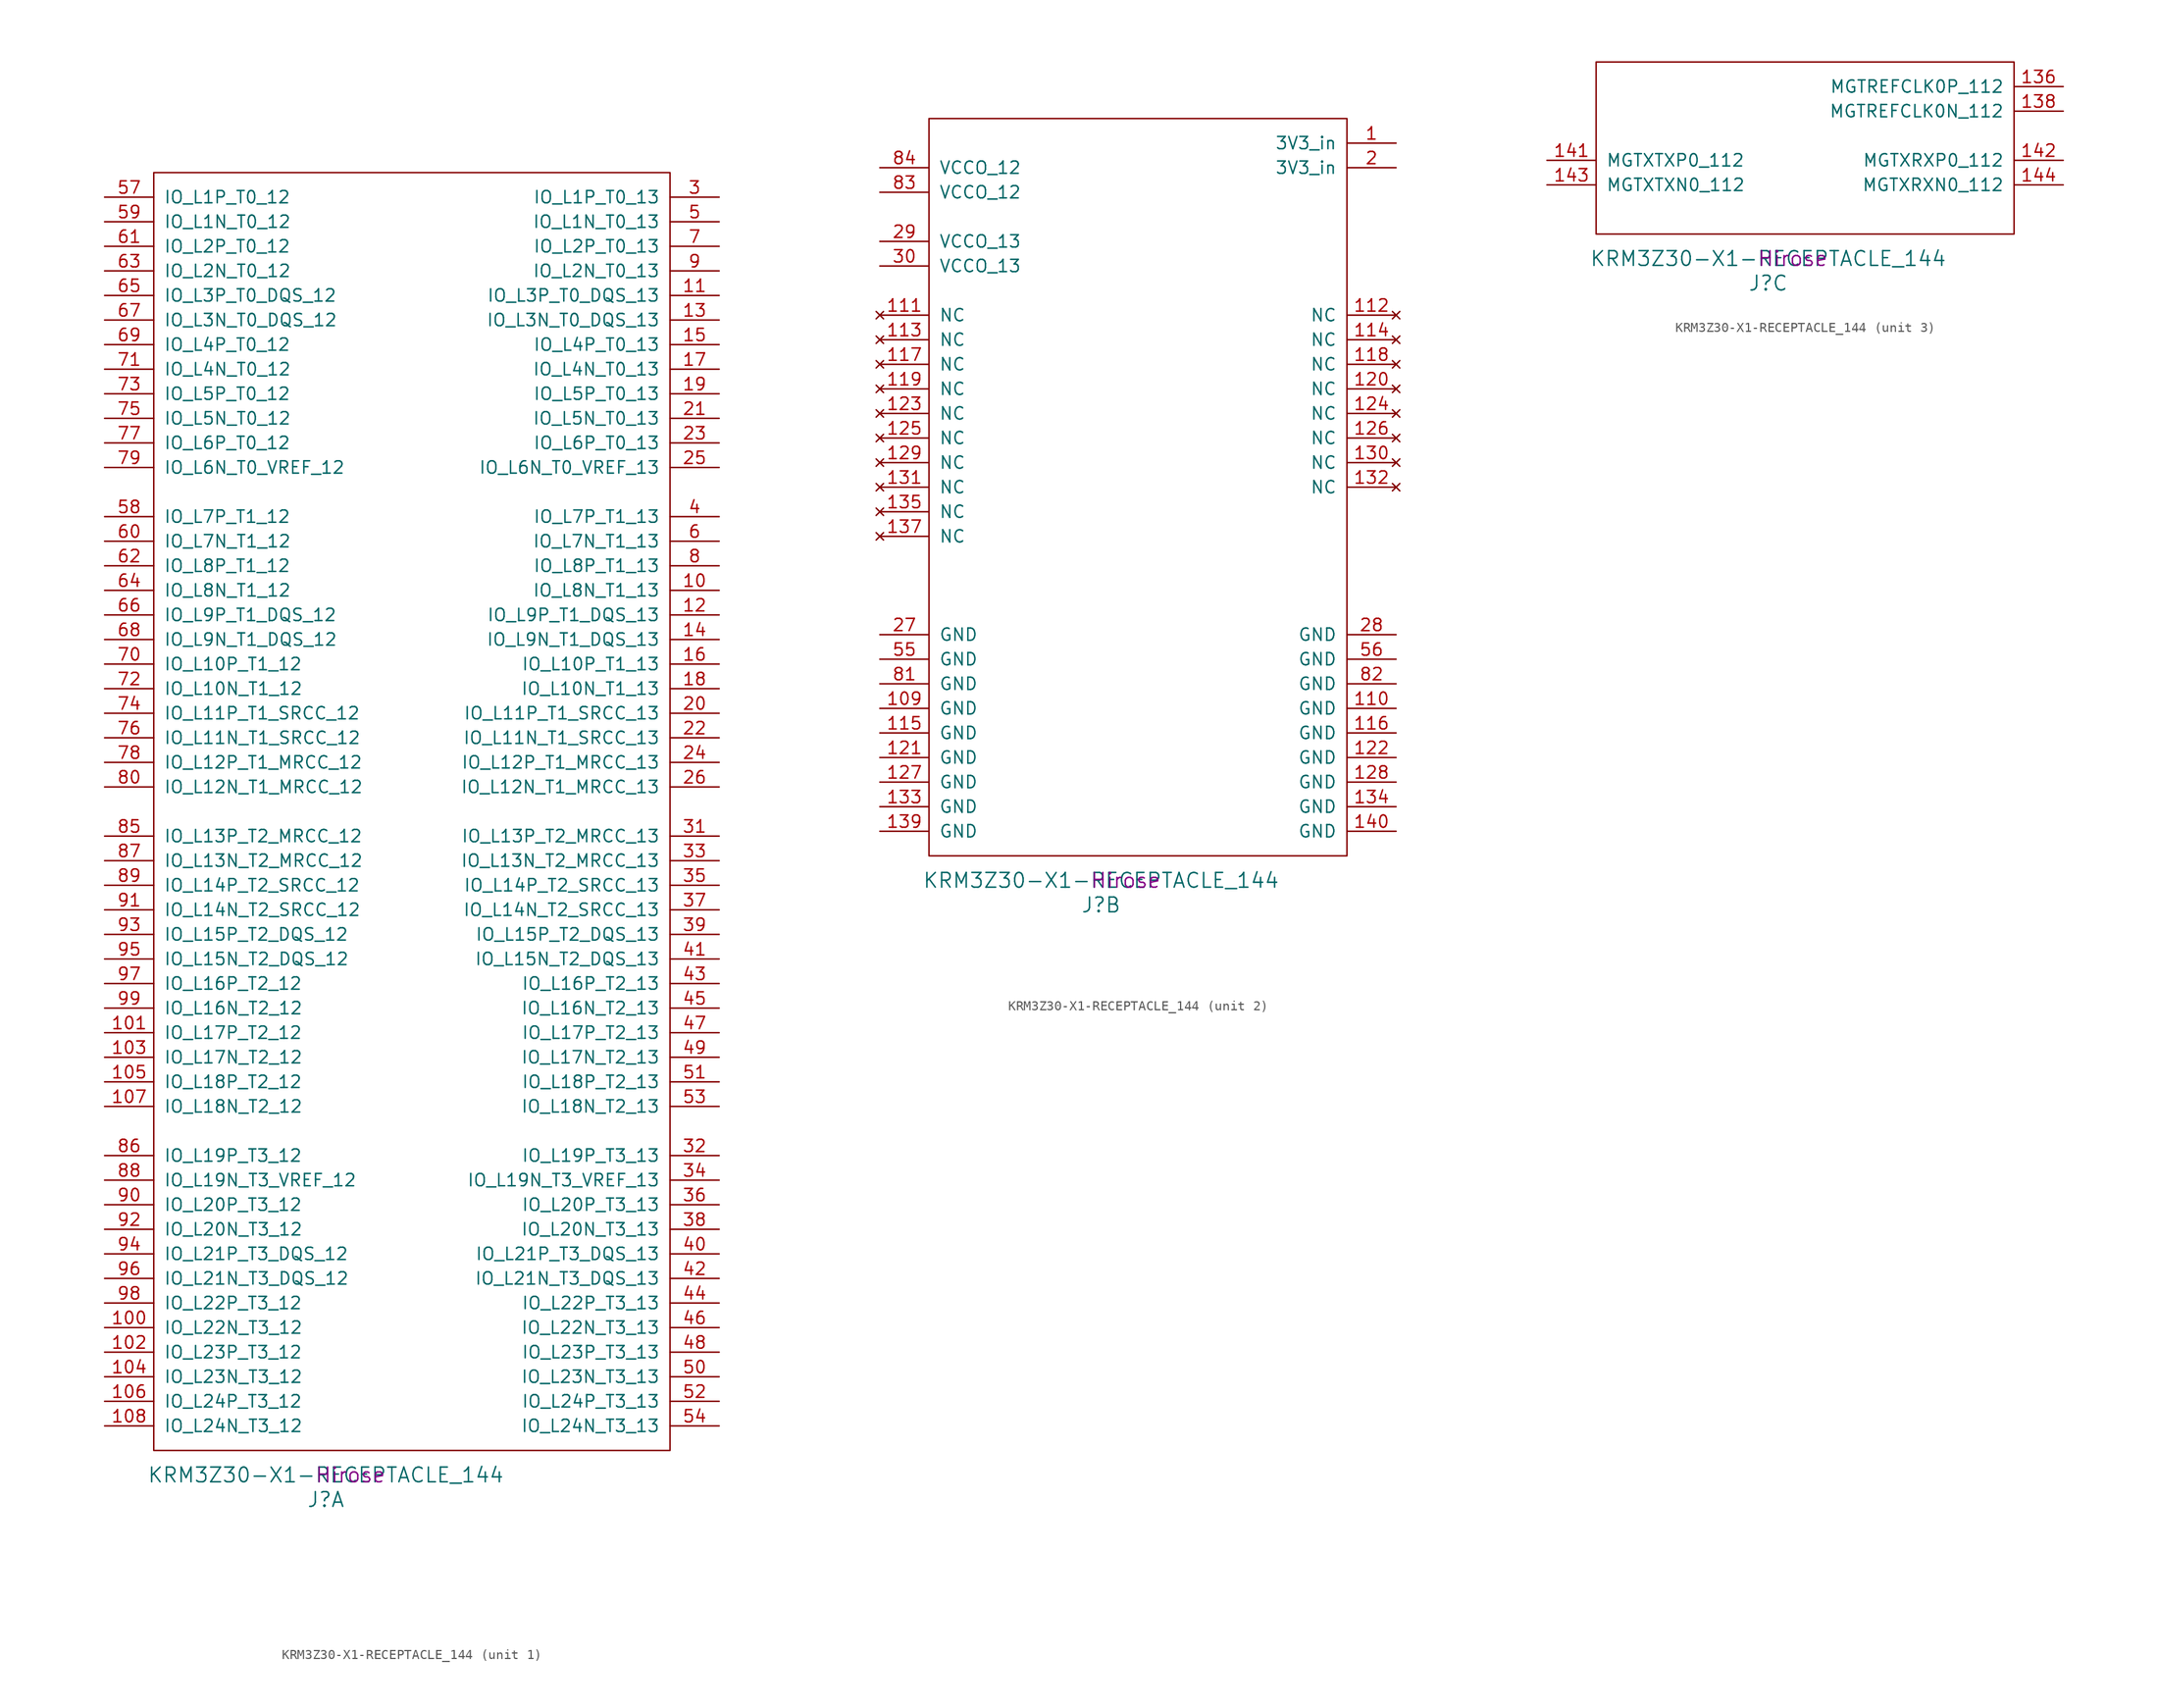
<source format=kicad_sym>
(kicad_symbol_lib
  (version 20220914)
  (generator kicad_symbol_editor)
  (symbol "KRM3Z30-X1-RECEPTACLE_144"
    (pin_names
      (offset 1.016))
    (property "Reference" "J"
      (at 17.78 -5.08 0)
      (effects (font (size 1.524 1.524))))
    (property "Value" "KRM3Z30-X1-RECEPTACLE_144"
      (at 17.78 -2.54 0)
      (effects (font (size 1.524 1.524))))
    (property "Datasheet" ""
      (at 3.81 12.7 0)
      (effects (font (size 1.524 1.524))))
    (property "Manufacturer" "Hirose"
      (at 20.32 -2.54 0)
      (effects (font (size 1.524 1.524))))
    (property "ki_locked" ""
      (at 0 0 0)
      (effects (font (size 1.27 1.27))))
    (symbol "KRM3Z30-X1-RECEPTACLE_144_1_1"
      (rectangle (start 0 0) (end 53.34 132.08) (stroke (width 0) (type solid)) (fill (type none)))
      (pin bidirectional line (at 58.42 88.9 180) (length 5.08) (name "IO_L8N_T1_13" (effects (font (size 1.27 1.27)))) (number "10" (effects (font (size 1.27 1.27)))))
      (pin bidirectional line (at -5.08 12.7 0) (length 5.08) (name "IO_L22N_T3_12" (effects (font (size 1.27 1.27)))) (number "100" (effects (font (size 1.27 1.27)))))
      (pin bidirectional line (at -5.08 43.18 0) (length 5.08) (name "IO_L17P_T2_12" (effects (font (size 1.27 1.27)))) (number "101" (effects (font (size 1.27 1.27)))))
      (pin bidirectional line (at -5.08 10.16 0) (length 5.08) (name "IO_L23P_T3_12" (effects (font (size 1.27 1.27)))) (number "102" (effects (font (size 1.27 1.27)))))
      (pin bidirectional line (at -5.08 40.64 0) (length 5.08) (name "IO_L17N_T2_12" (effects (font (size 1.27 1.27)))) (number "103" (effects (font (size 1.27 1.27)))))
      (pin bidirectional line (at -5.08 7.62 0) (length 5.08) (name "IO_L23N_T3_12" (effects (font (size 1.27 1.27)))) (number "104" (effects (font (size 1.27 1.27)))))
      (pin bidirectional line (at -5.08 38.1 0) (length 5.08) (name "IO_L18P_T2_12" (effects (font (size 1.27 1.27)))) (number "105" (effects (font (size 1.27 1.27)))))
      (pin bidirectional line (at -5.08 5.08 0) (length 5.08) (name "IO_L24P_T3_12" (effects (font (size 1.27 1.27)))) (number "106" (effects (font (size 1.27 1.27)))))
      (pin bidirectional line (at -5.08 35.56 0) (length 5.08) (name "IO_L18N_T2_12" (effects (font (size 1.27 1.27)))) (number "107" (effects (font (size 1.27 1.27)))))
      (pin bidirectional line (at -5.08 2.54 0) (length 5.08) (name "IO_L24N_T3_12" (effects (font (size 1.27 1.27)))) (number "108" (effects (font (size 1.27 1.27)))))
      (pin bidirectional line (at 58.42 119.38 180) (length 5.08) (name "IO_L3P_T0_DQS_13" (effects (font (size 1.27 1.27)))) (number "11" (effects (font (size 1.27 1.27)))))
      (pin bidirectional line (at 58.42 86.36 180) (length 5.08) (name "IO_L9P_T1_DQS_13" (effects (font (size 1.27 1.27)))) (number "12" (effects (font (size 1.27 1.27)))))
      (pin bidirectional line (at 58.42 116.84 180) (length 5.08) (name "IO_L3N_T0_DQS_13" (effects (font (size 1.27 1.27)))) (number "13" (effects (font (size 1.27 1.27)))))
      (pin bidirectional line (at 58.42 83.82 180) (length 5.08) (name "IO_L9N_T1_DQS_13" (effects (font (size 1.27 1.27)))) (number "14" (effects (font (size 1.27 1.27)))))
      (pin bidirectional line (at 58.42 114.3 180) (length 5.08) (name "IO_L4P_T0_13" (effects (font (size 1.27 1.27)))) (number "15" (effects (font (size 1.27 1.27)))))
      (pin bidirectional line (at 58.42 81.28 180) (length 5.08) (name "IO_L10P_T1_13" (effects (font (size 1.27 1.27)))) (number "16" (effects (font (size 1.27 1.27)))))
      (pin bidirectional line (at 58.42 111.76 180) (length 5.08) (name "IO_L4N_T0_13" (effects (font (size 1.27 1.27)))) (number "17" (effects (font (size 1.27 1.27)))))
      (pin bidirectional line (at 58.42 78.74 180) (length 5.08) (name "IO_L10N_T1_13" (effects (font (size 1.27 1.27)))) (number "18" (effects (font (size 1.27 1.27)))))
      (pin bidirectional line (at 58.42 109.22 180) (length 5.08) (name "IO_L5P_T0_13" (effects (font (size 1.27 1.27)))) (number "19" (effects (font (size 1.27 1.27)))))
      (pin bidirectional line (at 58.42 76.2 180) (length 5.08) (name "IO_L11P_T1_SRCC_13" (effects (font (size 1.27 1.27)))) (number "20" (effects (font (size 1.27 1.27)))))
      (pin bidirectional line (at 58.42 106.68 180) (length 5.08) (name "IO_L5N_T0_13" (effects (font (size 1.27 1.27)))) (number "21" (effects (font (size 1.27 1.27)))))
      (pin bidirectional line (at 58.42 73.66 180) (length 5.08) (name "IO_L11N_T1_SRCC_13" (effects (font (size 1.27 1.27)))) (number "22" (effects (font (size 1.27 1.27)))))
      (pin bidirectional line (at 58.42 104.14 180) (length 5.08) (name "IO_L6P_T0_13" (effects (font (size 1.27 1.27)))) (number "23" (effects (font (size 1.27 1.27)))))
      (pin bidirectional line (at 58.42 71.12 180) (length 5.08) (name "IO_L12P_T1_MRCC_13" (effects (font (size 1.27 1.27)))) (number "24" (effects (font (size 1.27 1.27)))))
      (pin bidirectional line (at 58.42 101.6 180) (length 5.08) (name "IO_L6N_T0_VREF_13" (effects (font (size 1.27 1.27)))) (number "25" (effects (font (size 1.27 1.27)))))
      (pin bidirectional line (at 58.42 68.58 180) (length 5.08) (name "IO_L12N_T1_MRCC_13" (effects (font (size 1.27 1.27)))) (number "26" (effects (font (size 1.27 1.27)))))
      (pin bidirectional line (at 58.42 129.54 180) (length 5.08) (name "IO_L1P_T0_13" (effects (font (size 1.27 1.27)))) (number "3" (effects (font (size 1.27 1.27)))))
      (pin bidirectional line (at 58.42 63.5 180) (length 5.08) (name "IO_L13P_T2_MRCC_13" (effects (font (size 1.27 1.27)))) (number "31" (effects (font (size 1.27 1.27)))))
      (pin bidirectional line (at 58.42 30.48 180) (length 5.08) (name "IO_L19P_T3_13" (effects (font (size 1.27 1.27)))) (number "32" (effects (font (size 1.27 1.27)))))
      (pin bidirectional line (at 58.42 60.96 180) (length 5.08) (name "IO_L13N_T2_MRCC_13" (effects (font (size 1.27 1.27)))) (number "33" (effects (font (size 1.27 1.27)))))
      (pin bidirectional line (at 58.42 27.94 180) (length 5.08) (name "IO_L19N_T3_VREF_13" (effects (font (size 1.27 1.27)))) (number "34" (effects (font (size 1.27 1.27)))))
      (pin bidirectional line (at 58.42 58.42 180) (length 5.08) (name "IO_L14P_T2_SRCC_13" (effects (font (size 1.27 1.27)))) (number "35" (effects (font (size 1.27 1.27)))))
      (pin bidirectional line (at 58.42 25.4 180) (length 5.08) (name "IO_L20P_T3_13" (effects (font (size 1.27 1.27)))) (number "36" (effects (font (size 1.27 1.27)))))
      (pin bidirectional line (at 58.42 55.88 180) (length 5.08) (name "IO_L14N_T2_SRCC_13" (effects (font (size 1.27 1.27)))) (number "37" (effects (font (size 1.27 1.27)))))
      (pin bidirectional line (at 58.42 22.86 180) (length 5.08) (name "IO_L20N_T3_13" (effects (font (size 1.27 1.27)))) (number "38" (effects (font (size 1.27 1.27)))))
      (pin bidirectional line (at 58.42 53.34 180) (length 5.08) (name "IO_L15P_T2_DQS_13" (effects (font (size 1.27 1.27)))) (number "39" (effects (font (size 1.27 1.27)))))
      (pin bidirectional line (at 58.42 96.52 180) (length 5.08) (name "IO_L7P_T1_13" (effects (font (size 1.27 1.27)))) (number "4" (effects (font (size 1.27 1.27)))))
      (pin bidirectional line (at 58.42 20.32 180) (length 5.08) (name "IO_L21P_T3_DQS_13" (effects (font (size 1.27 1.27)))) (number "40" (effects (font (size 1.27 1.27)))))
      (pin bidirectional line (at 58.42 50.8 180) (length 5.08) (name "IO_L15N_T2_DQS_13" (effects (font (size 1.27 1.27)))) (number "41" (effects (font (size 1.27 1.27)))))
      (pin bidirectional line (at 58.42 17.78 180) (length 5.08) (name "IO_L21N_T3_DQS_13" (effects (font (size 1.27 1.27)))) (number "42" (effects (font (size 1.27 1.27)))))
      (pin bidirectional line (at 58.42 48.26 180) (length 5.08) (name "IO_L16P_T2_13" (effects (font (size 1.27 1.27)))) (number "43" (effects (font (size 1.27 1.27)))))
      (pin bidirectional line (at 58.42 15.24 180) (length 5.08) (name "IO_L22P_T3_13" (effects (font (size 1.27 1.27)))) (number "44" (effects (font (size 1.27 1.27)))))
      (pin bidirectional line (at 58.42 45.72 180) (length 5.08) (name "IO_L16N_T2_13" (effects (font (size 1.27 1.27)))) (number "45" (effects (font (size 1.27 1.27)))))
      (pin bidirectional line (at 58.42 12.7 180) (length 5.08) (name "IO_L22N_T3_13" (effects (font (size 1.27 1.27)))) (number "46" (effects (font (size 1.27 1.27)))))
      (pin bidirectional line (at 58.42 43.18 180) (length 5.08) (name "IO_L17P_T2_13" (effects (font (size 1.27 1.27)))) (number "47" (effects (font (size 1.27 1.27)))))
      (pin bidirectional line (at 58.42 10.16 180) (length 5.08) (name "IO_L23P_T3_13" (effects (font (size 1.27 1.27)))) (number "48" (effects (font (size 1.27 1.27)))))
      (pin bidirectional line (at 58.42 40.64 180) (length 5.08) (name "IO_L17N_T2_13" (effects (font (size 1.27 1.27)))) (number "49" (effects (font (size 1.27 1.27)))))
      (pin bidirectional line (at 58.42 127 180) (length 5.08) (name "IO_L1N_T0_13" (effects (font (size 1.27 1.27)))) (number "5" (effects (font (size 1.27 1.27)))))
      (pin bidirectional line (at 58.42 7.62 180) (length 5.08) (name "IO_L23N_T3_13" (effects (font (size 1.27 1.27)))) (number "50" (effects (font (size 1.27 1.27)))))
      (pin bidirectional line (at 58.42 38.1 180) (length 5.08) (name "IO_L18P_T2_13" (effects (font (size 1.27 1.27)))) (number "51" (effects (font (size 1.27 1.27)))))
      (pin bidirectional line (at 58.42 5.08 180) (length 5.08) (name "IO_L24P_T3_13" (effects (font (size 1.27 1.27)))) (number "52" (effects (font (size 1.27 1.27)))))
      (pin bidirectional line (at 58.42 35.56 180) (length 5.08) (name "IO_L18N_T2_13" (effects (font (size 1.27 1.27)))) (number "53" (effects (font (size 1.27 1.27)))))
      (pin bidirectional line (at 58.42 2.54 180) (length 5.08) (name "IO_L24N_T3_13" (effects (font (size 1.27 1.27)))) (number "54" (effects (font (size 1.27 1.27)))))
      (pin bidirectional line (at -5.08 129.54 0) (length 5.08) (name "IO_L1P_T0_12" (effects (font (size 1.27 1.27)))) (number "57" (effects (font (size 1.27 1.27)))))
      (pin bidirectional line (at -5.08 96.52 0) (length 5.08) (name "IO_L7P_T1_12" (effects (font (size 1.27 1.27)))) (number "58" (effects (font (size 1.27 1.27)))))
      (pin bidirectional line (at -5.08 127 0) (length 5.08) (name "IO_L1N_T0_12" (effects (font (size 1.27 1.27)))) (number "59" (effects (font (size 1.27 1.27)))))
      (pin bidirectional line (at 58.42 93.98 180) (length 5.08) (name "IO_L7N_T1_13" (effects (font (size 1.27 1.27)))) (number "6" (effects (font (size 1.27 1.27)))))
      (pin bidirectional line (at -5.08 93.98 0) (length 5.08) (name "IO_L7N_T1_12" (effects (font (size 1.27 1.27)))) (number "60" (effects (font (size 1.27 1.27)))))
      (pin bidirectional line (at -5.08 124.46 0) (length 5.08) (name "IO_L2P_T0_12" (effects (font (size 1.27 1.27)))) (number "61" (effects (font (size 1.27 1.27)))))
      (pin bidirectional line (at -5.08 91.44 0) (length 5.08) (name "IO_L8P_T1_12" (effects (font (size 1.27 1.27)))) (number "62" (effects (font (size 1.27 1.27)))))
      (pin bidirectional line (at -5.08 121.92 0) (length 5.08) (name "IO_L2N_T0_12" (effects (font (size 1.27 1.27)))) (number "63" (effects (font (size 1.27 1.27)))))
      (pin bidirectional line (at -5.08 88.9 0) (length 5.08) (name "IO_L8N_T1_12" (effects (font (size 1.27 1.27)))) (number "64" (effects (font (size 1.27 1.27)))))
      (pin bidirectional line (at -5.08 119.38 0) (length 5.08) (name "IO_L3P_T0_DQS_12" (effects (font (size 1.27 1.27)))) (number "65" (effects (font (size 1.27 1.27)))))
      (pin bidirectional line (at -5.08 86.36 0) (length 5.08) (name "IO_L9P_T1_DQS_12" (effects (font (size 1.27 1.27)))) (number "66" (effects (font (size 1.27 1.27)))))
      (pin bidirectional line (at -5.08 116.84 0) (length 5.08) (name "IO_L3N_T0_DQS_12" (effects (font (size 1.27 1.27)))) (number "67" (effects (font (size 1.27 1.27)))))
      (pin bidirectional line (at -5.08 83.82 0) (length 5.08) (name "IO_L9N_T1_DQS_12" (effects (font (size 1.27 1.27)))) (number "68" (effects (font (size 1.27 1.27)))))
      (pin bidirectional line (at -5.08 114.3 0) (length 5.08) (name "IO_L4P_T0_12" (effects (font (size 1.27 1.27)))) (number "69" (effects (font (size 1.27 1.27)))))
      (pin bidirectional line (at 58.42 124.46 180) (length 5.08) (name "IO_L2P_T0_13" (effects (font (size 1.27 1.27)))) (number "7" (effects (font (size 1.27 1.27)))))
      (pin bidirectional line (at -5.08 81.28 0) (length 5.08) (name "IO_L10P_T1_12" (effects (font (size 1.27 1.27)))) (number "70" (effects (font (size 1.27 1.27)))))
      (pin bidirectional line (at -5.08 111.76 0) (length 5.08) (name "IO_L4N_T0_12" (effects (font (size 1.27 1.27)))) (number "71" (effects (font (size 1.27 1.27)))))
      (pin bidirectional line (at -5.08 78.74 0) (length 5.08) (name "IO_L10N_T1_12" (effects (font (size 1.27 1.27)))) (number "72" (effects (font (size 1.27 1.27)))))
      (pin bidirectional line (at -5.08 109.22 0) (length 5.08) (name "IO_L5P_T0_12" (effects (font (size 1.27 1.27)))) (number "73" (effects (font (size 1.27 1.27)))))
      (pin bidirectional line (at -5.08 76.2 0) (length 5.08) (name "IO_L11P_T1_SRCC_12" (effects (font (size 1.27 1.27)))) (number "74" (effects (font (size 1.27 1.27)))))
      (pin bidirectional line (at -5.08 106.68 0) (length 5.08) (name "IO_L5N_T0_12" (effects (font (size 1.27 1.27)))) (number "75" (effects (font (size 1.27 1.27)))))
      (pin bidirectional line (at -5.08 73.66 0) (length 5.08) (name "IO_L11N_T1_SRCC_12" (effects (font (size 1.27 1.27)))) (number "76" (effects (font (size 1.27 1.27)))))
      (pin bidirectional line (at -5.08 104.14 0) (length 5.08) (name "IO_L6P_T0_12" (effects (font (size 1.27 1.27)))) (number "77" (effects (font (size 1.27 1.27)))))
      (pin bidirectional line (at -5.08 71.12 0) (length 5.08) (name "IO_L12P_T1_MRCC_12" (effects (font (size 1.27 1.27)))) (number "78" (effects (font (size 1.27 1.27)))))
      (pin bidirectional line (at -5.08 101.6 0) (length 5.08) (name "IO_L6N_T0_VREF_12" (effects (font (size 1.27 1.27)))) (number "79" (effects (font (size 1.27 1.27)))))
      (pin bidirectional line (at 58.42 91.44 180) (length 5.08) (name "IO_L8P_T1_13" (effects (font (size 1.27 1.27)))) (number "8" (effects (font (size 1.27 1.27)))))
      (pin bidirectional line (at -5.08 68.58 0) (length 5.08) (name "IO_L12N_T1_MRCC_12" (effects (font (size 1.27 1.27)))) (number "80" (effects (font (size 1.27 1.27)))))
      (pin bidirectional line (at -5.08 63.5 0) (length 5.08) (name "IO_L13P_T2_MRCC_12" (effects (font (size 1.27 1.27)))) (number "85" (effects (font (size 1.27 1.27)))))
      (pin bidirectional line (at -5.08 30.48 0) (length 5.08) (name "IO_L19P_T3_12" (effects (font (size 1.27 1.27)))) (number "86" (effects (font (size 1.27 1.27)))))
      (pin bidirectional line (at -5.08 60.96 0) (length 5.08) (name "IO_L13N_T2_MRCC_12" (effects (font (size 1.27 1.27)))) (number "87" (effects (font (size 1.27 1.27)))))
      (pin bidirectional line (at -5.08 27.94 0) (length 5.08) (name "IO_L19N_T3_VREF_12" (effects (font (size 1.27 1.27)))) (number "88" (effects (font (size 1.27 1.27)))))
      (pin bidirectional line (at -5.08 58.42 0) (length 5.08) (name "IO_L14P_T2_SRCC_12" (effects (font (size 1.27 1.27)))) (number "89" (effects (font (size 1.27 1.27)))))
      (pin bidirectional line (at 58.42 121.92 180) (length 5.08) (name "IO_L2N_T0_13" (effects (font (size 1.27 1.27)))) (number "9" (effects (font (size 1.27 1.27)))))
      (pin bidirectional line (at -5.08 25.4 0) (length 5.08) (name "IO_L20P_T3_12" (effects (font (size 1.27 1.27)))) (number "90" (effects (font (size 1.27 1.27)))))
      (pin bidirectional line (at -5.08 55.88 0) (length 5.08) (name "IO_L14N_T2_SRCC_12" (effects (font (size 1.27 1.27)))) (number "91" (effects (font (size 1.27 1.27)))))
      (pin bidirectional line (at -5.08 22.86 0) (length 5.08) (name "IO_L20N_T3_12" (effects (font (size 1.27 1.27)))) (number "92" (effects (font (size 1.27 1.27)))))
      (pin bidirectional line (at -5.08 53.34 0) (length 5.08) (name "IO_L15P_T2_DQS_12" (effects (font (size 1.27 1.27)))) (number "93" (effects (font (size 1.27 1.27)))))
      (pin bidirectional line (at -5.08 20.32 0) (length 5.08) (name "IO_L21P_T3_DQS_12" (effects (font (size 1.27 1.27)))) (number "94" (effects (font (size 1.27 1.27)))))
      (pin bidirectional line (at -5.08 50.8 0) (length 5.08) (name "IO_L15N_T2_DQS_12" (effects (font (size 1.27 1.27)))) (number "95" (effects (font (size 1.27 1.27)))))
      (pin bidirectional line (at -5.08 17.78 0) (length 5.08) (name "IO_L21N_T3_DQS_12" (effects (font (size 1.27 1.27)))) (number "96" (effects (font (size 1.27 1.27)))))
      (pin bidirectional line (at -5.08 48.26 0) (length 5.08) (name "IO_L16P_T2_12" (effects (font (size 1.27 1.27)))) (number "97" (effects (font (size 1.27 1.27)))))
      (pin bidirectional line (at -5.08 15.24 0) (length 5.08) (name "IO_L22P_T3_12" (effects (font (size 1.27 1.27)))) (number "98" (effects (font (size 1.27 1.27)))))
      (pin bidirectional line (at -5.08 45.72 0) (length 5.08) (name "IO_L16N_T2_12" (effects (font (size 1.27 1.27)))) (number "99" (effects (font (size 1.27 1.27))))))
    (symbol "KRM3Z30-X1-RECEPTACLE_144_2_1"
      (rectangle (start 0 76.2) (end 43.18 0) (stroke (width 0) (type solid)) (fill (type none)))
      (pin power_in line (at 48.26 73.66 180) (length 5.08) (name "3V3_in" (effects (font (size 1.27 1.27)))) (number "1" (effects (font (size 1.27 1.27)))))
      (pin power_in line (at -5.08 15.24 0) (length 5.08) (name "GND" (effects (font (size 1.27 1.27)))) (number "109" (effects (font (size 1.27 1.27)))))
      (pin power_in line (at 48.26 15.24 180) (length 5.08) (name "GND" (effects (font (size 1.27 1.27)))) (number "110" (effects (font (size 1.27 1.27)))))
      (pin no_connect line (at -5.08 55.88 0) (length 5.08) (name "NC" (effects (font (size 1.27 1.27)))) (number "111" (effects (font (size 1.27 1.27)))))
      (pin no_connect line (at 48.26 55.88 180) (length 5.08) (name "NC" (effects (font (size 1.27 1.27)))) (number "112" (effects (font (size 1.27 1.27)))))
      (pin no_connect line (at -5.08 53.34 0) (length 5.08) (name "NC" (effects (font (size 1.27 1.27)))) (number "113" (effects (font (size 1.27 1.27)))))
      (pin no_connect line (at 48.26 53.34 180) (length 5.08) (name "NC" (effects (font (size 1.27 1.27)))) (number "114" (effects (font (size 1.27 1.27)))))
      (pin power_in line (at -5.08 12.7 0) (length 5.08) (name "GND" (effects (font (size 1.27 1.27)))) (number "115" (effects (font (size 1.27 1.27)))))
      (pin power_in line (at 48.26 12.7 180) (length 5.08) (name "GND" (effects (font (size 1.27 1.27)))) (number "116" (effects (font (size 1.27 1.27)))))
      (pin no_connect line (at -5.08 50.8 0) (length 5.08) (name "NC" (effects (font (size 1.27 1.27)))) (number "117" (effects (font (size 1.27 1.27)))))
      (pin no_connect line (at 48.26 50.8 180) (length 5.08) (name "NC" (effects (font (size 1.27 1.27)))) (number "118" (effects (font (size 1.27 1.27)))))
      (pin no_connect line (at -5.08 48.26 0) (length 5.08) (name "NC" (effects (font (size 1.27 1.27)))) (number "119" (effects (font (size 1.27 1.27)))))
      (pin no_connect line (at 48.26 48.26 180) (length 5.08) (name "NC" (effects (font (size 1.27 1.27)))) (number "120" (effects (font (size 1.27 1.27)))))
      (pin power_in line (at -5.08 10.16 0) (length 5.08) (name "GND" (effects (font (size 1.27 1.27)))) (number "121" (effects (font (size 1.27 1.27)))))
      (pin power_in line (at 48.26 10.16 180) (length 5.08) (name "GND" (effects (font (size 1.27 1.27)))) (number "122" (effects (font (size 1.27 1.27)))))
      (pin no_connect line (at -5.08 45.72 0) (length 5.08) (name "NC" (effects (font (size 1.27 1.27)))) (number "123" (effects (font (size 1.27 1.27)))))
      (pin no_connect line (at 48.26 45.72 180) (length 5.08) (name "NC" (effects (font (size 1.27 1.27)))) (number "124" (effects (font (size 1.27 1.27)))))
      (pin no_connect line (at -5.08 43.18 0) (length 5.08) (name "NC" (effects (font (size 1.27 1.27)))) (number "125" (effects (font (size 1.27 1.27)))))
      (pin no_connect line (at 48.26 43.18 180) (length 5.08) (name "NC" (effects (font (size 1.27 1.27)))) (number "126" (effects (font (size 1.27 1.27)))))
      (pin power_in line (at -5.08 7.62 0) (length 5.08) (name "GND" (effects (font (size 1.27 1.27)))) (number "127" (effects (font (size 1.27 1.27)))))
      (pin power_in line (at 48.26 7.62 180) (length 5.08) (name "GND" (effects (font (size 1.27 1.27)))) (number "128" (effects (font (size 1.27 1.27)))))
      (pin no_connect line (at -5.08 40.64 0) (length 5.08) (name "NC" (effects (font (size 1.27 1.27)))) (number "129" (effects (font (size 1.27 1.27)))))
      (pin no_connect line (at 48.26 40.64 180) (length 5.08) (name "NC" (effects (font (size 1.27 1.27)))) (number "130" (effects (font (size 1.27 1.27)))))
      (pin no_connect line (at -5.08 38.1 0) (length 5.08) (name "NC" (effects (font (size 1.27 1.27)))) (number "131" (effects (font (size 1.27 1.27)))))
      (pin no_connect line (at 48.26 38.1 180) (length 5.08) (name "NC" (effects (font (size 1.27 1.27)))) (number "132" (effects (font (size 1.27 1.27)))))
      (pin power_in line (at -5.08 5.08 0) (length 5.08) (name "GND" (effects (font (size 1.27 1.27)))) (number "133" (effects (font (size 1.27 1.27)))))
      (pin power_in line (at 48.26 5.08 180) (length 5.08) (name "GND" (effects (font (size 1.27 1.27)))) (number "134" (effects (font (size 1.27 1.27)))))
      (pin no_connect line (at -5.08 35.56 0) (length 5.08) (name "NC" (effects (font (size 1.27 1.27)))) (number "135" (effects (font (size 1.27 1.27)))))
      (pin no_connect line (at -5.08 33.02 0) (length 5.08) (name "NC" (effects (font (size 1.27 1.27)))) (number "137" (effects (font (size 1.27 1.27)))))
      (pin power_in line (at -5.08 2.54 0) (length 5.08) (name "GND" (effects (font (size 1.27 1.27)))) (number "139" (effects (font (size 1.27 1.27)))))
      (pin power_in line (at 48.26 2.54 180) (length 5.08) (name "GND" (effects (font (size 1.27 1.27)))) (number "140" (effects (font (size 1.27 1.27)))))
      (pin power_in line (at 48.26 71.12 180) (length 5.08) (name "3V3_in" (effects (font (size 1.27 1.27)))) (number "2" (effects (font (size 1.27 1.27)))))
      (pin power_in line (at -5.08 22.86 0) (length 5.08) (name "GND" (effects (font (size 1.27 1.27)))) (number "27" (effects (font (size 1.27 1.27)))))
      (pin input line (at 48.26 22.86 180) (length 5.08) (name "GND" (effects (font (size 1.27 1.27)))) (number "28" (effects (font (size 1.27 1.27)))))
      (pin power_in line (at -5.08 63.5 0) (length 5.08) (name "VCCO_13" (effects (font (size 1.27 1.27)))) (number "29" (effects (font (size 1.27 1.27)))))
      (pin power_in line (at -5.08 60.96 0) (length 5.08) (name "VCCO_13" (effects (font (size 1.27 1.27)))) (number "30" (effects (font (size 1.27 1.27)))))
      (pin power_in line (at -5.08 20.32 0) (length 5.08) (name "GND" (effects (font (size 1.27 1.27)))) (number "55" (effects (font (size 1.27 1.27)))))
      (pin power_in line (at 48.26 20.32 180) (length 5.08) (name "GND" (effects (font (size 1.27 1.27)))) (number "56" (effects (font (size 1.27 1.27)))))
      (pin power_in line (at -5.08 17.78 0) (length 5.08) (name "GND" (effects (font (size 1.27 1.27)))) (number "81" (effects (font (size 1.27 1.27)))))
      (pin power_in line (at 48.26 17.78 180) (length 5.08) (name "GND" (effects (font (size 1.27 1.27)))) (number "82" (effects (font (size 1.27 1.27)))))
      (pin power_in line (at -5.08 68.58 0) (length 5.08) (name "VCCO_12" (effects (font (size 1.27 1.27)))) (number "83" (effects (font (size 1.27 1.27)))))
      (pin power_in line (at -5.08 71.12 0) (length 5.08) (name "VCCO_12" (effects (font (size 1.27 1.27)))) (number "84" (effects (font (size 1.27 1.27))))))
    (symbol "KRM3Z30-X1-RECEPTACLE_144_3_1"
      (rectangle (start 0 0) (end 43.18 17.78) (stroke (width 0) (type solid)) (fill (type none)))
      (pin input line (at 48.26 15.24 180) (length 5.08) (name "MGTREFCLK0P_112" (effects (font (size 1.27 1.27)))) (number "136" (effects (font (size 1.27 1.27)))))
      (pin input line (at 48.26 12.7 180) (length 5.08) (name "MGTREFCLK0N_112" (effects (font (size 1.27 1.27)))) (number "138" (effects (font (size 1.27 1.27)))))
      (pin output line (at -5.08 7.62 0) (length 5.08) (name "MGTXTXP0_112" (effects (font (size 1.27 1.27)))) (number "141" (effects (font (size 1.27 1.27)))))
      (pin input line (at 48.26 7.62 180) (length 5.08) (name "MGTXRXP0_112" (effects (font (size 1.27 1.27)))) (number "142" (effects (font (size 1.27 1.27)))))
      (pin output line (at -5.08 5.08 0) (length 5.08) (name "MGTXTXN0_112" (effects (font (size 1.27 1.27)))) (number "143" (effects (font (size 1.27 1.27)))))
      (pin input line (at 48.26 5.08 180) (length 5.08) (name "MGTXRXN0_112" (effects (font (size 1.27 1.27)))) (number "144" (effects (font (size 1.27 1.27))))))))
</source>
